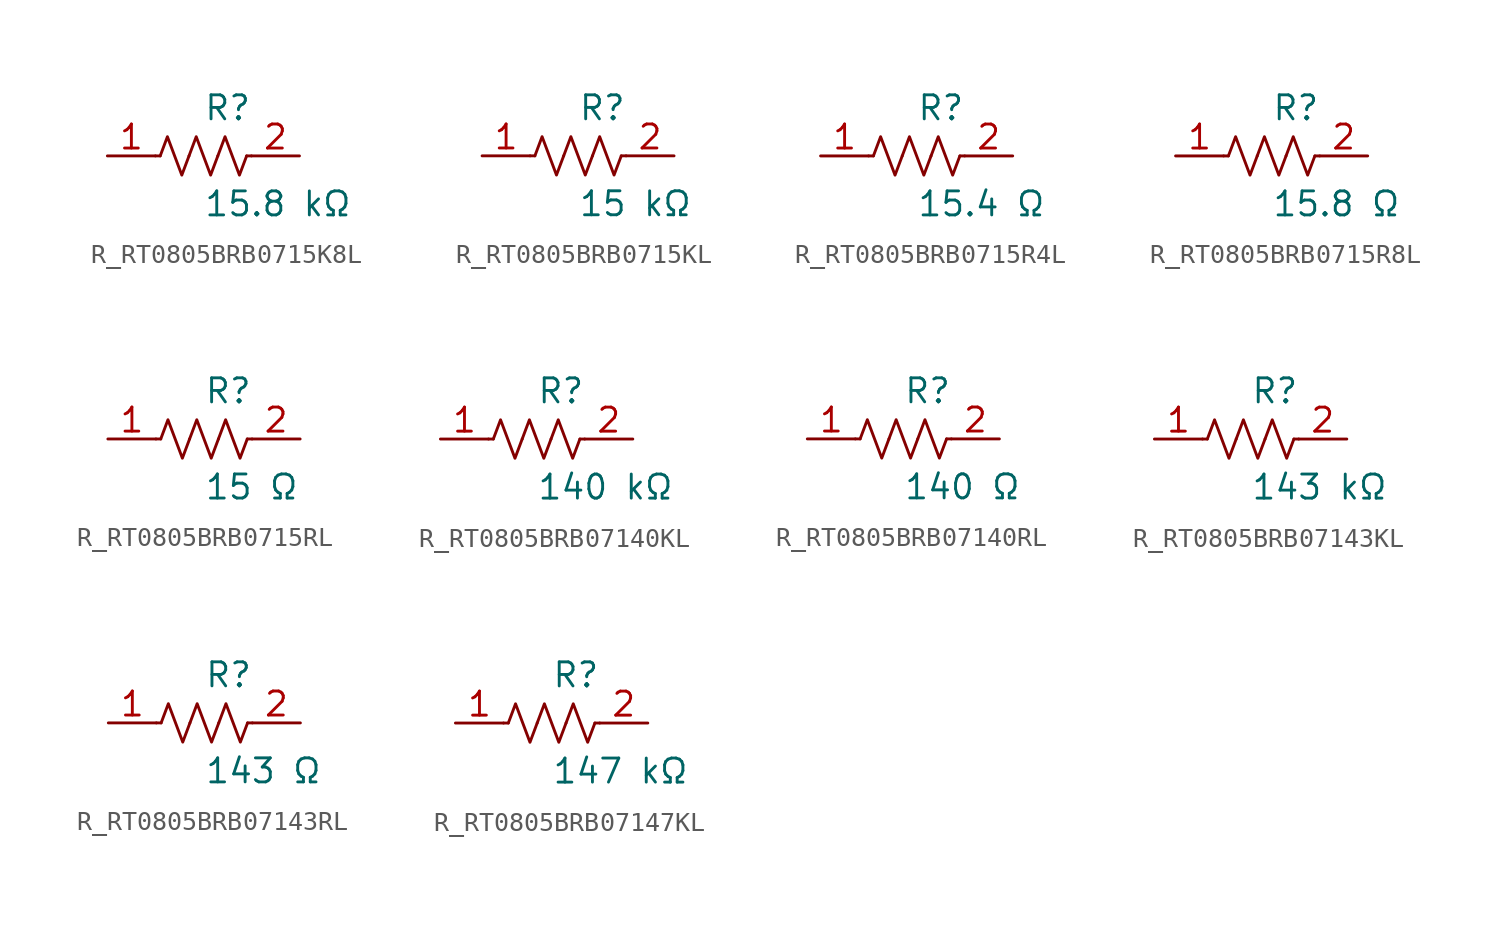
<source format=kicad_sym>
(kicad_symbol_lib
  (version 20231120)
  (generator kicad_symbol_editor)
  (generator_version 8.0)
  (symbol "R_RT0805BRB0715K8L"
    (pin_names
      (offset 0.254))
    (property "Reference" "R"
      (at 0 2.54 0)
      (effects (font (size 1.27 1.27)) (justify left)))
    (property "Value" "15.8 kΩ"
      (at 0 -2.54 0)
      (effects (font (size 1.27 1.27)) (justify left)))
    (symbol "R_RT0805BRB0715K8L_0_1"
      (polyline (pts (xy 2.286 0) (xy 2.54 0)) (stroke (width 0) (type default)) (fill (type none)))
      (polyline (pts (xy -2.286 0) (xy -2.54 0)) (stroke (width 0) (type default)) (fill (type none)))
      (polyline (pts (xy 0.762 0) (xy 1.143 1.016) (xy 1.524 0) (xy 1.905 -1.016) (xy 2.286 0)) (stroke (width 0) (type default)) (fill (type none)))
      (polyline (pts (xy -0.762 0) (xy -0.381 1.016) (xy 0 0) (xy 0.381 -1.016) (xy 0.762 0)) (stroke (width 0) (type default)) (fill (type none)))
      (polyline (pts (xy -2.286 0) (xy -1.905 1.016) (xy -1.524 0) (xy -1.143 -1.016) (xy -0.762 0)) (stroke (width 0) (type default)) (fill (type none))))
    (pin unspecified line
      (at -5.08 0 0)
      (length 2.54)
      (name "" (effects (font (size 1.27 1.27))))
      (number "1" (effects (font (size 1.27 1.27)))))
    (pin unspecified line
      (at 5.08 0 180)
      (length 2.54)
      (name "" (effects (font (size 1.27 1.27))))
      (number "2" (effects (font (size 1.27 1.27))))))
  (symbol "R_RT0805BRB0715KL"
    (pin_names
      (offset 0.254))
    (property "Reference" "R"
      (at 0 2.54 0)
      (effects (font (size 1.27 1.27)) (justify left)))
    (property "Value" "15 kΩ"
      (at 0 -2.54 0)
      (effects (font (size 1.27 1.27)) (justify left)))
    (symbol "R_RT0805BRB0715KL_0_1"
      (polyline (pts (xy 2.286 0) (xy 2.54 0)) (stroke (width 0) (type default)) (fill (type none)))
      (polyline (pts (xy -2.286 0) (xy -2.54 0)) (stroke (width 0) (type default)) (fill (type none)))
      (polyline (pts (xy 0.762 0) (xy 1.143 1.016) (xy 1.524 0) (xy 1.905 -1.016) (xy 2.286 0)) (stroke (width 0) (type default)) (fill (type none)))
      (polyline (pts (xy -0.762 0) (xy -0.381 1.016) (xy 0 0) (xy 0.381 -1.016) (xy 0.762 0)) (stroke (width 0) (type default)) (fill (type none)))
      (polyline (pts (xy -2.286 0) (xy -1.905 1.016) (xy -1.524 0) (xy -1.143 -1.016) (xy -0.762 0)) (stroke (width 0) (type default)) (fill (type none))))
    (pin unspecified line
      (at -5.08 0 0)
      (length 2.54)
      (name "" (effects (font (size 1.27 1.27))))
      (number "1" (effects (font (size 1.27 1.27)))))
    (pin unspecified line
      (at 5.08 0 180)
      (length 2.54)
      (name "" (effects (font (size 1.27 1.27))))
      (number "2" (effects (font (size 1.27 1.27))))))
  (symbol "R_RT0805BRB0715R4L"
    (pin_names
      (offset 0.254))
    (property "Reference" "R"
      (at 0 2.54 0)
      (effects (font (size 1.27 1.27)) (justify left)))
    (property "Value" "15.4 Ω"
      (at 0 -2.54 0)
      (effects (font (size 1.27 1.27)) (justify left)))
    (symbol "R_RT0805BRB0715R4L_0_1"
      (polyline (pts (xy 2.286 0) (xy 2.54 0)) (stroke (width 0) (type default)) (fill (type none)))
      (polyline (pts (xy -2.286 0) (xy -2.54 0)) (stroke (width 0) (type default)) (fill (type none)))
      (polyline (pts (xy 0.762 0) (xy 1.143 1.016) (xy 1.524 0) (xy 1.905 -1.016) (xy 2.286 0)) (stroke (width 0) (type default)) (fill (type none)))
      (polyline (pts (xy -0.762 0) (xy -0.381 1.016) (xy 0 0) (xy 0.381 -1.016) (xy 0.762 0)) (stroke (width 0) (type default)) (fill (type none)))
      (polyline (pts (xy -2.286 0) (xy -1.905 1.016) (xy -1.524 0) (xy -1.143 -1.016) (xy -0.762 0)) (stroke (width 0) (type default)) (fill (type none))))
    (pin unspecified line
      (at -5.08 0 0)
      (length 2.54)
      (name "" (effects (font (size 1.27 1.27))))
      (number "1" (effects (font (size 1.27 1.27)))))
    (pin unspecified line
      (at 5.08 0 180)
      (length 2.54)
      (name "" (effects (font (size 1.27 1.27))))
      (number "2" (effects (font (size 1.27 1.27))))))
  (symbol "R_RT0805BRB0715R8L"
    (pin_names
      (offset 0.254))
    (property "Reference" "R"
      (at 0 2.54 0)
      (effects (font (size 1.27 1.27)) (justify left)))
    (property "Value" "15.8 Ω"
      (at 0 -2.54 0)
      (effects (font (size 1.27 1.27)) (justify left)))
    (symbol "R_RT0805BRB0715R8L_0_1"
      (polyline (pts (xy 2.286 0) (xy 2.54 0)) (stroke (width 0) (type default)) (fill (type none)))
      (polyline (pts (xy -2.286 0) (xy -2.54 0)) (stroke (width 0) (type default)) (fill (type none)))
      (polyline (pts (xy 0.762 0) (xy 1.143 1.016) (xy 1.524 0) (xy 1.905 -1.016) (xy 2.286 0)) (stroke (width 0) (type default)) (fill (type none)))
      (polyline (pts (xy -0.762 0) (xy -0.381 1.016) (xy 0 0) (xy 0.381 -1.016) (xy 0.762 0)) (stroke (width 0) (type default)) (fill (type none)))
      (polyline (pts (xy -2.286 0) (xy -1.905 1.016) (xy -1.524 0) (xy -1.143 -1.016) (xy -0.762 0)) (stroke (width 0) (type default)) (fill (type none))))
    (pin unspecified line
      (at -5.08 0 0)
      (length 2.54)
      (name "" (effects (font (size 1.27 1.27))))
      (number "1" (effects (font (size 1.27 1.27)))))
    (pin unspecified line
      (at 5.08 0 180)
      (length 2.54)
      (name "" (effects (font (size 1.27 1.27))))
      (number "2" (effects (font (size 1.27 1.27))))))
  (symbol "R_RT0805BRB0715RL"
    (pin_names
      (offset 0.254))
    (property "Reference" "R"
      (at 0 2.54 0)
      (effects (font (size 1.27 1.27)) (justify left)))
    (property "Value" "15 Ω"
      (at 0 -2.54 0)
      (effects (font (size 1.27 1.27)) (justify left)))
    (symbol "R_RT0805BRB0715RL_0_1"
      (polyline (pts (xy 2.286 0) (xy 2.54 0)) (stroke (width 0) (type default)) (fill (type none)))
      (polyline (pts (xy -2.286 0) (xy -2.54 0)) (stroke (width 0) (type default)) (fill (type none)))
      (polyline (pts (xy 0.762 0) (xy 1.143 1.016) (xy 1.524 0) (xy 1.905 -1.016) (xy 2.286 0)) (stroke (width 0) (type default)) (fill (type none)))
      (polyline (pts (xy -0.762 0) (xy -0.381 1.016) (xy 0 0) (xy 0.381 -1.016) (xy 0.762 0)) (stroke (width 0) (type default)) (fill (type none)))
      (polyline (pts (xy -2.286 0) (xy -1.905 1.016) (xy -1.524 0) (xy -1.143 -1.016) (xy -0.762 0)) (stroke (width 0) (type default)) (fill (type none))))
    (pin unspecified line
      (at -5.08 0 0)
      (length 2.54)
      (name "" (effects (font (size 1.27 1.27))))
      (number "1" (effects (font (size 1.27 1.27)))))
    (pin unspecified line
      (at 5.08 0 180)
      (length 2.54)
      (name "" (effects (font (size 1.27 1.27))))
      (number "2" (effects (font (size 1.27 1.27))))))
  (symbol "R_RT0805BRB07140KL"
    (pin_names
      (offset 0.254))
    (property "Reference" "R"
      (at 0 2.54 0)
      (effects (font (size 1.27 1.27)) (justify left)))
    (property "Value" "140 kΩ"
      (at 0 -2.54 0)
      (effects (font (size 1.27 1.27)) (justify left)))
    (symbol "R_RT0805BRB07140KL_0_1"
      (polyline (pts (xy 2.286 0) (xy 2.54 0)) (stroke (width 0) (type default)) (fill (type none)))
      (polyline (pts (xy -2.286 0) (xy -2.54 0)) (stroke (width 0) (type default)) (fill (type none)))
      (polyline (pts (xy 0.762 0) (xy 1.143 1.016) (xy 1.524 0) (xy 1.905 -1.016) (xy 2.286 0)) (stroke (width 0) (type default)) (fill (type none)))
      (polyline (pts (xy -0.762 0) (xy -0.381 1.016) (xy 0 0) (xy 0.381 -1.016) (xy 0.762 0)) (stroke (width 0) (type default)) (fill (type none)))
      (polyline (pts (xy -2.286 0) (xy -1.905 1.016) (xy -1.524 0) (xy -1.143 -1.016) (xy -0.762 0)) (stroke (width 0) (type default)) (fill (type none))))
    (pin unspecified line
      (at -5.08 0 0)
      (length 2.54)
      (name "" (effects (font (size 1.27 1.27))))
      (number "1" (effects (font (size 1.27 1.27)))))
    (pin unspecified line
      (at 5.08 0 180)
      (length 2.54)
      (name "" (effects (font (size 1.27 1.27))))
      (number "2" (effects (font (size 1.27 1.27))))))
  (symbol "R_RT0805BRB07140RL"
    (pin_names
      (offset 0.254))
    (property "Reference" "R"
      (at 0 2.54 0)
      (effects (font (size 1.27 1.27)) (justify left)))
    (property "Value" "140 Ω"
      (at 0 -2.54 0)
      (effects (font (size 1.27 1.27)) (justify left)))
    (symbol "R_RT0805BRB07140RL_0_1"
      (polyline (pts (xy 2.286 0) (xy 2.54 0)) (stroke (width 0) (type default)) (fill (type none)))
      (polyline (pts (xy -2.286 0) (xy -2.54 0)) (stroke (width 0) (type default)) (fill (type none)))
      (polyline (pts (xy 0.762 0) (xy 1.143 1.016) (xy 1.524 0) (xy 1.905 -1.016) (xy 2.286 0)) (stroke (width 0) (type default)) (fill (type none)))
      (polyline (pts (xy -0.762 0) (xy -0.381 1.016) (xy 0 0) (xy 0.381 -1.016) (xy 0.762 0)) (stroke (width 0) (type default)) (fill (type none)))
      (polyline (pts (xy -2.286 0) (xy -1.905 1.016) (xy -1.524 0) (xy -1.143 -1.016) (xy -0.762 0)) (stroke (width 0) (type default)) (fill (type none))))
    (pin unspecified line
      (at -5.08 0 0)
      (length 2.54)
      (name "" (effects (font (size 1.27 1.27))))
      (number "1" (effects (font (size 1.27 1.27)))))
    (pin unspecified line
      (at 5.08 0 180)
      (length 2.54)
      (name "" (effects (font (size 1.27 1.27))))
      (number "2" (effects (font (size 1.27 1.27))))))
  (symbol "R_RT0805BRB07143KL"
    (pin_names
      (offset 0.254))
    (property "Reference" "R"
      (at 0 2.54 0)
      (effects (font (size 1.27 1.27)) (justify left)))
    (property "Value" "143 kΩ"
      (at 0 -2.54 0)
      (effects (font (size 1.27 1.27)) (justify left)))
    (symbol "R_RT0805BRB07143KL_0_1"
      (polyline (pts (xy 2.286 0) (xy 2.54 0)) (stroke (width 0) (type default)) (fill (type none)))
      (polyline (pts (xy -2.286 0) (xy -2.54 0)) (stroke (width 0) (type default)) (fill (type none)))
      (polyline (pts (xy 0.762 0) (xy 1.143 1.016) (xy 1.524 0) (xy 1.905 -1.016) (xy 2.286 0)) (stroke (width 0) (type default)) (fill (type none)))
      (polyline (pts (xy -0.762 0) (xy -0.381 1.016) (xy 0 0) (xy 0.381 -1.016) (xy 0.762 0)) (stroke (width 0) (type default)) (fill (type none)))
      (polyline (pts (xy -2.286 0) (xy -1.905 1.016) (xy -1.524 0) (xy -1.143 -1.016) (xy -0.762 0)) (stroke (width 0) (type default)) (fill (type none))))
    (pin unspecified line
      (at -5.08 0 0)
      (length 2.54)
      (name "" (effects (font (size 1.27 1.27))))
      (number "1" (effects (font (size 1.27 1.27)))))
    (pin unspecified line
      (at 5.08 0 180)
      (length 2.54)
      (name "" (effects (font (size 1.27 1.27))))
      (number "2" (effects (font (size 1.27 1.27))))))
  (symbol "R_RT0805BRB07143RL"
    (pin_names
      (offset 0.254))
    (property "Reference" "R"
      (at 0 2.54 0)
      (effects (font (size 1.27 1.27)) (justify left)))
    (property "Value" "143 Ω"
      (at 0 -2.54 0)
      (effects (font (size 1.27 1.27)) (justify left)))
    (symbol "R_RT0805BRB07143RL_0_1"
      (polyline (pts (xy 2.286 0) (xy 2.54 0)) (stroke (width 0) (type default)) (fill (type none)))
      (polyline (pts (xy -2.286 0) (xy -2.54 0)) (stroke (width 0) (type default)) (fill (type none)))
      (polyline (pts (xy 0.762 0) (xy 1.143 1.016) (xy 1.524 0) (xy 1.905 -1.016) (xy 2.286 0)) (stroke (width 0) (type default)) (fill (type none)))
      (polyline (pts (xy -0.762 0) (xy -0.381 1.016) (xy 0 0) (xy 0.381 -1.016) (xy 0.762 0)) (stroke (width 0) (type default)) (fill (type none)))
      (polyline (pts (xy -2.286 0) (xy -1.905 1.016) (xy -1.524 0) (xy -1.143 -1.016) (xy -0.762 0)) (stroke (width 0) (type default)) (fill (type none))))
    (pin unspecified line
      (at -5.08 0 0)
      (length 2.54)
      (name "" (effects (font (size 1.27 1.27))))
      (number "1" (effects (font (size 1.27 1.27)))))
    (pin unspecified line
      (at 5.08 0 180)
      (length 2.54)
      (name "" (effects (font (size 1.27 1.27))))
      (number "2" (effects (font (size 1.27 1.27))))))
  (symbol "R_RT0805BRB07147KL"
    (pin_names
      (offset 0.254))
    (property "Reference" "R"
      (at 0 2.54 0)
      (effects (font (size 1.27 1.27)) (justify left)))
    (property "Value" "147 kΩ"
      (at 0 -2.54 0)
      (effects (font (size 1.27 1.27)) (justify left)))
    (symbol "R_RT0805BRB07147KL_0_1"
      (polyline (pts (xy 2.286 0) (xy 2.54 0)) (stroke (width 0) (type default)) (fill (type none)))
      (polyline (pts (xy -2.286 0) (xy -2.54 0)) (stroke (width 0) (type default)) (fill (type none)))
      (polyline (pts (xy 0.762 0) (xy 1.143 1.016) (xy 1.524 0) (xy 1.905 -1.016) (xy 2.286 0)) (stroke (width 0) (type default)) (fill (type none)))
      (polyline (pts (xy -0.762 0) (xy -0.381 1.016) (xy 0 0) (xy 0.381 -1.016) (xy 0.762 0)) (stroke (width 0) (type default)) (fill (type none)))
      (polyline (pts (xy -2.286 0) (xy -1.905 1.016) (xy -1.524 0) (xy -1.143 -1.016) (xy -0.762 0)) (stroke (width 0) (type default)) (fill (type none))))
    (pin unspecified line
      (at -5.08 0 0)
      (length 2.54)
      (name "" (effects (font (size 1.27 1.27))))
      (number "1" (effects (font (size 1.27 1.27)))))
    (pin unspecified line
      (at 5.08 0 180)
      (length 2.54)
      (name "" (effects (font (size 1.27 1.27))))
      (number "2" (effects (font (size 1.27 1.27)))))))
</source>
